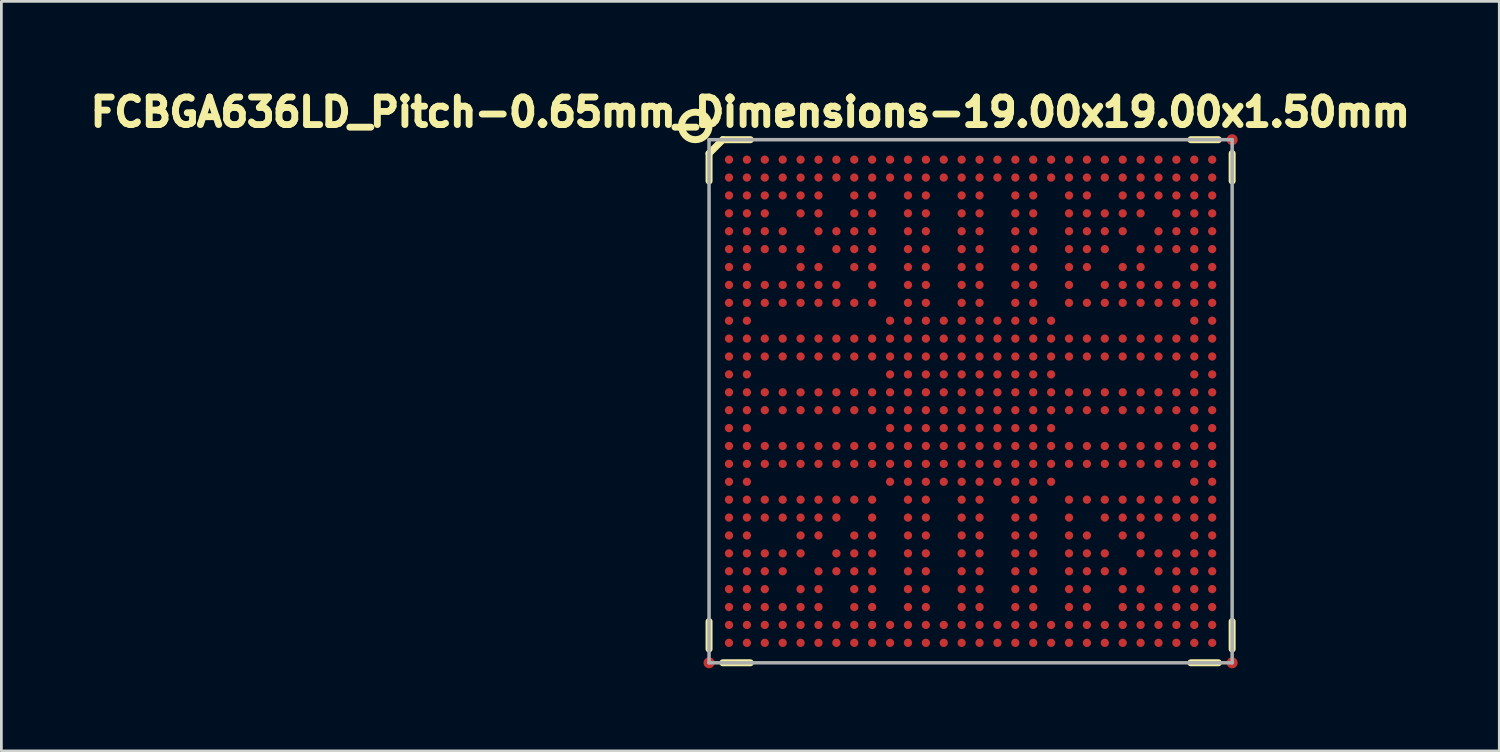
<source format=kicad_pcb>
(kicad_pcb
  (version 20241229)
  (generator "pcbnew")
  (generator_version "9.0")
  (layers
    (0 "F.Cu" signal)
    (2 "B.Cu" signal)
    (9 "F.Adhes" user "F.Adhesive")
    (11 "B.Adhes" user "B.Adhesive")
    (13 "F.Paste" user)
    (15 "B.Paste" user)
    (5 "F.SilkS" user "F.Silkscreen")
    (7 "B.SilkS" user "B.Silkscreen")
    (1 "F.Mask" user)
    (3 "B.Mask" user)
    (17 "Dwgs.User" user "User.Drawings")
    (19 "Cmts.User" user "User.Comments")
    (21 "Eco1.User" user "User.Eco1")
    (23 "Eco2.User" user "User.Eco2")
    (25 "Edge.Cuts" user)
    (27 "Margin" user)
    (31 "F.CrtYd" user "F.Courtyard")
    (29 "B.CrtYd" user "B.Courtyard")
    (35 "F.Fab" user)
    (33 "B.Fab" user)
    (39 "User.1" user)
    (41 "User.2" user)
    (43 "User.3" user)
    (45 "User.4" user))
  (footprint "FCBGA636LD_Pitch-0.65mm_Dimensions-19.00x19.00x1.50mm"
    (layer "F.Cu")
    (at 32.204 11.524)
    (property "Reference" "FCBGA636LD_Pitch-0.65mm_Dimensions-19.00x19.00x1.50mm" (at -8 -10.5 0) (layer "F.SilkS") (effects (font (size 1 1) (thickness 0.25))))
    (attr smd)
    (fp_line (start -9.5 -9) (end -9 -9.5) (stroke (width 0.254) (type solid)) (layer "F.SilkS"))
    (fp_line (start -9.5 -8) (end -9.5 -9) (stroke (width 0.254) (type solid)) (layer "F.SilkS"))
    (fp_line (start -9.5 9) (end -9.5 8) (stroke (width 0.254) (type solid)) (layer "F.SilkS"))
    (fp_line (start -9 -9.5) (end -8 -9.5) (stroke (width 0.254) (type solid)) (layer "F.SilkS"))
    (fp_line (start -9 9.5) (end -8 9.5) (stroke (width 0.254) (type solid)) (layer "F.SilkS"))
    (fp_line (start 9 -9.5) (end 8 -9.5) (stroke (width 0.254) (type solid)) (layer "F.SilkS"))
    (fp_line (start 9 9.5) (end 8 9.5) (stroke (width 0.254) (type solid)) (layer "F.SilkS"))
    (fp_line (start 9.5 -9) (end 9.5 -8) (stroke (width 0.254) (type solid)) (layer "F.SilkS"))
    (fp_line (start 9.5 9) (end 9.5 8) (stroke (width 0.254) (type solid)) (layer "F.SilkS"))
    (fp_circle (center -10 -10) (end -10 -9.5) (stroke (width 0.254) (type solid)) (fill no) (layer "F.SilkS"))
    (fp_line (start -9.5 -9.5) (end 9.5 -9.5) (stroke (width 0.127) (type solid)) (layer "F.Fab"))
    (fp_line (start -9.5 9.5) (end -9.5 -9.5) (stroke (width 0.127) (type solid)) (layer "F.Fab"))
    (fp_line (start 9.5 -9.5) (end 9.5 9.5) (stroke (width 0.127) (type solid)) (layer "F.Fab"))
    (fp_line (start 9.5 9.5) (end -9.5 9.5) (stroke (width 0.127) (type solid)) (layer "F.Fab"))
    (pad "A1" smd circle (at -8.775 -8.775) (size 0.3 0.3) (layers "F.Cu" "F.Mask" "F.Paste"))
    (pad "A2" smd circle (at -8.125 -8.775) (size 0.3 0.3) (layers "F.Cu" "F.Mask" "F.Paste"))
    (pad "A3" smd circle (at -7.475 -8.775) (size 0.3 0.3) (layers "F.Cu" "F.Mask" "F.Paste"))
    (pad "A4" smd circle (at -6.825 -8.775) (size 0.3 0.3) (layers "F.Cu" "F.Mask" "F.Paste"))
    (pad "A5" smd circle (at -6.175 -8.775) (size 0.3 0.3) (layers "F.Cu" "F.Mask" "F.Paste"))
    (pad "A6" smd circle (at -5.525 -8.775) (size 0.3 0.3) (layers "F.Cu" "F.Mask" "F.Paste"))
    (pad "A7" smd circle (at -4.875 -8.775) (size 0.3 0.3) (layers "F.Cu" "F.Mask" "F.Paste"))
    (pad "A8" smd circle (at -4.225 -8.775) (size 0.3 0.3) (layers "F.Cu" "F.Mask" "F.Paste"))
    (pad "A9" smd circle (at -3.575 -8.775) (size 0.3 0.3) (layers "F.Cu" "F.Mask" "F.Paste"))
    (pad "A10" smd circle (at -2.925 -8.775) (size 0.3 0.3) (layers "F.Cu" "F.Mask" "F.Paste"))
    (pad "A11" smd circle (at -2.275 -8.775) (size 0.3 0.3) (layers "F.Cu" "F.Mask" "F.Paste"))
    (pad "A12" smd circle (at -1.625 -8.775) (size 0.3 0.3) (layers "F.Cu" "F.Mask" "F.Paste"))
    (pad "A13" smd circle (at -0.975 -8.775) (size 0.3 0.3) (layers "F.Cu" "F.Mask" "F.Paste"))
    (pad "A14" smd circle (at -0.325 -8.775) (size 0.3 0.3) (layers "F.Cu" "F.Mask" "F.Paste"))
    (pad "A15" smd circle (at 0.325 -8.775) (size 0.3 0.3) (layers "F.Cu" "F.Mask" "F.Paste"))
    (pad "A16" smd circle (at 0.975 -8.775) (size 0.3 0.3) (layers "F.Cu" "F.Mask" "F.Paste"))
    (pad "A17" smd circle (at 1.625 -8.775) (size 0.3 0.3) (layers "F.Cu" "F.Mask" "F.Paste"))
    (pad "A18" smd circle (at 2.275 -8.775) (size 0.3 0.3) (layers "F.Cu" "F.Mask" "F.Paste"))
    (pad "A19" smd circle (at 2.925 -8.775) (size 0.3 0.3) (layers "F.Cu" "F.Mask" "F.Paste"))
    (pad "A20" smd circle (at 3.575 -8.775) (size 0.3 0.3) (layers "F.Cu" "F.Mask" "F.Paste"))
    (pad "A21" smd circle (at 4.225 -8.775) (size 0.3 0.3) (layers "F.Cu" "F.Mask" "F.Paste"))
    (pad "A22" smd circle (at 4.875 -8.775) (size 0.3 0.3) (layers "F.Cu" "F.Mask" "F.Paste"))
    (pad "A23" smd circle (at 5.525 -8.775) (size 0.3 0.3) (layers "F.Cu" "F.Mask" "F.Paste"))
    (pad "A24" smd circle (at 6.175 -8.775) (size 0.3 0.3) (layers "F.Cu" "F.Mask" "F.Paste"))
    (pad "A25" smd circle (at 6.825 -8.775) (size 0.3 0.3) (layers "F.Cu" "F.Mask" "F.Paste"))
    (pad "A26" smd circle (at 7.475 -8.775) (size 0.3 0.3) (layers "F.Cu" "F.Mask" "F.Paste"))
    (pad "A27" smd circle (at 8.125 -8.775) (size 0.3 0.3) (layers "F.Cu" "F.Mask" "F.Paste"))
    (pad "A28" smd circle (at 8.775 -8.775) (size 0.3 0.3) (layers "F.Cu" "F.Mask" "F.Paste"))
    (pad "AA1" smd circle (at -8.775 4.225) (size 0.3 0.3) (layers "F.Cu" "F.Mask" "F.Paste"))
    (pad "AA2" smd circle (at -8.125 4.225) (size 0.3 0.3) (layers "F.Cu" "F.Mask" "F.Paste"))
    (pad "AA3" smd circle (at -7.475 4.225) (size 0.3 0.3) (layers "F.Cu" "F.Mask" "F.Paste"))
    (pad "AA4" smd circle (at -6.825 4.225) (size 0.3 0.3) (layers "F.Cu" "F.Mask" "F.Paste"))
    (pad "AA5" smd circle (at -6.175 4.225) (size 0.3 0.3) (layers "F.Cu" "F.Mask" "F.Paste"))
    (pad "AA6" smd circle (at -5.525 4.225) (size 0.3 0.3) (layers "F.Cu" "F.Mask" "F.Paste"))
    (pad "AA7" smd circle (at -4.875 4.225) (size 0.3 0.3) (layers "F.Cu" "F.Mask" "F.Paste"))
    (pad "AA9" smd circle (at -3.575 4.225) (size 0.3 0.3) (layers "F.Cu" "F.Mask" "F.Paste"))
    (pad "AA11" smd circle (at -2.275 4.225) (size 0.3 0.3) (layers "F.Cu" "F.Mask" "F.Paste"))
    (pad "AA12" smd circle (at -1.625 4.225) (size 0.3 0.3) (layers "F.Cu" "F.Mask" "F.Paste"))
    (pad "AA14" smd circle (at -0.325 4.225) (size 0.3 0.3) (layers "F.Cu" "F.Mask" "F.Paste"))
    (pad "AA15" smd circle (at 0.325 4.225) (size 0.3 0.3) (layers "F.Cu" "F.Mask" "F.Paste"))
    (pad "AA17" smd circle (at 1.625 4.225) (size 0.3 0.3) (layers "F.Cu" "F.Mask" "F.Paste"))
    (pad "AA18" smd circle (at 2.275 4.225) (size 0.3 0.3) (layers "F.Cu" "F.Mask" "F.Paste"))
    (pad "AA20" smd circle (at 3.575 4.225) (size 0.3 0.3) (layers "F.Cu" "F.Mask" "F.Paste"))
    (pad "AA22" smd circle (at 4.875 4.225) (size 0.3 0.3) (layers "F.Cu" "F.Mask" "F.Paste"))
    (pad "AA23" smd circle (at 5.525 4.225) (size 0.3 0.3) (layers "F.Cu" "F.Mask" "F.Paste"))
    (pad "AA24" smd circle (at 6.175 4.225) (size 0.3 0.3) (layers "F.Cu" "F.Mask" "F.Paste"))
    (pad "AA25" smd circle (at 6.825 4.225) (size 0.3 0.3) (layers "F.Cu" "F.Mask" "F.Paste"))
    (pad "AA26" smd circle (at 7.475 4.225) (size 0.3 0.3) (layers "F.Cu" "F.Mask" "F.Paste"))
    (pad "AA27" smd circle (at 8.125 4.225) (size 0.3 0.3) (layers "F.Cu" "F.Mask" "F.Paste"))
    (pad "AA28" smd circle (at 8.775 4.225) (size 0.3 0.3) (layers "F.Cu" "F.Mask" "F.Paste"))
    (pad "AB1" smd circle (at -8.775 4.875) (size 0.3 0.3) (layers "F.Cu" "F.Mask" "F.Paste"))
    (pad "AB2" smd circle (at -8.125 4.875) (size 0.3 0.3) (layers "F.Cu" "F.Mask" "F.Paste"))
    (pad "AB5" smd circle (at -6.175 4.875) (size 0.3 0.3) (layers "F.Cu" "F.Mask" "F.Paste"))
    (pad "AB6" smd circle (at -5.525 4.875) (size 0.3 0.3) (layers "F.Cu" "F.Mask" "F.Paste"))
    (pad "AB8" smd circle (at -4.225 4.875) (size 0.3 0.3) (layers "F.Cu" "F.Mask" "F.Paste"))
    (pad "AB9" smd circle (at -3.575 4.875) (size 0.3 0.3) (layers "F.Cu" "F.Mask" "F.Paste"))
    (pad "AB11" smd circle (at -2.275 4.875) (size 0.3 0.3) (layers "F.Cu" "F.Mask" "F.Paste"))
    (pad "AB12" smd circle (at -1.625 4.875) (size 0.3 0.3) (layers "F.Cu" "F.Mask" "F.Paste"))
    (pad "AB14" smd circle (at -0.325 4.875) (size 0.3 0.3) (layers "F.Cu" "F.Mask" "F.Paste"))
    (pad "AB15" smd circle (at 0.325 4.875) (size 0.3 0.3) (layers "F.Cu" "F.Mask" "F.Paste"))
    (pad "AB17" smd circle (at 1.625 4.875) (size 0.3 0.3) (layers "F.Cu" "F.Mask" "F.Paste"))
    (pad "AB18" smd circle (at 2.275 4.875) (size 0.3 0.3) (layers "F.Cu" "F.Mask" "F.Paste"))
    (pad "AB20" smd circle (at 3.575 4.875) (size 0.3 0.3) (layers "F.Cu" "F.Mask" "F.Paste"))
    (pad "AB21" smd circle (at 4.225 4.875) (size 0.3 0.3) (layers "F.Cu" "F.Mask" "F.Paste"))
    (pad "AB23" smd circle (at 5.525 4.875) (size 0.3 0.3) (layers "F.Cu" "F.Mask" "F.Paste"))
    (pad "AB24" smd circle (at 6.175 4.875) (size 0.3 0.3) (layers "F.Cu" "F.Mask" "F.Paste"))
    (pad "AB27" smd circle (at 8.125 4.875) (size 0.3 0.3) (layers "F.Cu" "F.Mask" "F.Paste"))
    (pad "AB28" smd circle (at 8.775 4.875) (size 0.3 0.3) (layers "F.Cu" "F.Mask" "F.Paste"))
    (pad "AC1" smd circle (at -8.775 5.525) (size 0.3 0.3) (layers "F.Cu" "F.Mask" "F.Paste"))
    (pad "AC2" smd circle (at -8.125 5.525) (size 0.3 0.3) (layers "F.Cu" "F.Mask" "F.Paste"))
    (pad "AC3" smd circle (at -7.475 5.525) (size 0.3 0.3) (layers "F.Cu" "F.Mask" "F.Paste"))
    (pad "AC4" smd circle (at -6.825 5.525) (size 0.3 0.3) (layers "F.Cu" "F.Mask" "F.Paste"))
    (pad "AC5" smd circle (at -6.175 5.525) (size 0.3 0.3) (layers "F.Cu" "F.Mask" "F.Paste"))
    (pad "AC7" smd circle (at -4.875 5.525) (size 0.3 0.3) (layers "F.Cu" "F.Mask" "F.Paste"))
    (pad "AC8" smd circle (at -4.225 5.525) (size 0.3 0.3) (layers "F.Cu" "F.Mask" "F.Paste"))
    (pad "AC9" smd circle (at -3.575 5.525) (size 0.3 0.3) (layers "F.Cu" "F.Mask" "F.Paste"))
    (pad "AC11" smd circle (at -2.275 5.525) (size 0.3 0.3) (layers "F.Cu" "F.Mask" "F.Paste"))
    (pad "AC12" smd circle (at -1.625 5.525) (size 0.3 0.3) (layers "F.Cu" "F.Mask" "F.Paste"))
    (pad "AC14" smd circle (at -0.325 5.525) (size 0.3 0.3) (layers "F.Cu" "F.Mask" "F.Paste"))
    (pad "AC15" smd circle (at 0.325 5.525) (size 0.3 0.3) (layers "F.Cu" "F.Mask" "F.Paste"))
    (pad "AC17" smd circle (at 1.625 5.525) (size 0.3 0.3) (layers "F.Cu" "F.Mask" "F.Paste"))
    (pad "AC18" smd circle (at 2.275 5.525) (size 0.3 0.3) (layers "F.Cu" "F.Mask" "F.Paste"))
    (pad "AC20" smd circle (at 3.575 5.525) (size 0.3 0.3) (layers "F.Cu" "F.Mask" "F.Paste"))
    (pad "AC21" smd circle (at 4.225 5.525) (size 0.3 0.3) (layers "F.Cu" "F.Mask" "F.Paste"))
    (pad "AC22" smd circle (at 4.875 5.525) (size 0.3 0.3) (layers "F.Cu" "F.Mask" "F.Paste"))
    (pad "AC24" smd circle (at 6.175 5.525) (size 0.3 0.3) (layers "F.Cu" "F.Mask" "F.Paste"))
    (pad "AC25" smd circle (at 6.825 5.525) (size 0.3 0.3) (layers "F.Cu" "F.Mask" "F.Paste"))
    (pad "AC26" smd circle (at 7.475 5.525) (size 0.3 0.3) (layers "F.Cu" "F.Mask" "F.Paste"))
    (pad "AC27" smd circle (at 8.125 5.525) (size 0.3 0.3) (layers "F.Cu" "F.Mask" "F.Paste"))
    (pad "AC28" smd circle (at 8.775 5.525) (size 0.3 0.3) (layers "F.Cu" "F.Mask" "F.Paste"))
    (pad "AD1" smd circle (at -8.775 6.175) (size 0.3 0.3) (layers "F.Cu" "F.Mask" "F.Paste"))
    (pad "AD2" smd circle (at -8.125 6.175) (size 0.3 0.3) (layers "F.Cu" "F.Mask" "F.Paste"))
    (pad "AD3" smd circle (at -7.475 6.175) (size 0.3 0.3) (layers "F.Cu" "F.Mask" "F.Paste"))
    (pad "AD4" smd circle (at -6.825 6.175) (size 0.3 0.3) (layers "F.Cu" "F.Mask" "F.Paste"))
    (pad "AD6" smd circle (at -5.525 6.175) (size 0.3 0.3) (layers "F.Cu" "F.Mask" "F.Paste"))
    (pad "AD7" smd circle (at -4.875 6.175) (size 0.3 0.3) (layers "F.Cu" "F.Mask" "F.Paste"))
    (pad "AD8" smd circle (at -4.225 6.175) (size 0.3 0.3) (layers "F.Cu" "F.Mask" "F.Paste"))
    (pad "AD9" smd circle (at -3.575 6.175) (size 0.3 0.3) (layers "F.Cu" "F.Mask" "F.Paste"))
    (pad "AD11" smd circle (at -2.275 6.175) (size 0.3 0.3) (layers "F.Cu" "F.Mask" "F.Paste"))
    (pad "AD12" smd circle (at -1.625 6.175) (size 0.3 0.3) (layers "F.Cu" "F.Mask" "F.Paste"))
    (pad "AD14" smd circle (at -0.325 6.175) (size 0.3 0.3) (layers "F.Cu" "F.Mask" "F.Paste"))
    (pad "AD15" smd circle (at 0.325 6.175) (size 0.3 0.3) (layers "F.Cu" "F.Mask" "F.Paste"))
    (pad "AD17" smd circle (at 1.625 6.175) (size 0.3 0.3) (layers "F.Cu" "F.Mask" "F.Paste"))
    (pad "AD18" smd circle (at 2.275 6.175) (size 0.3 0.3) (layers "F.Cu" "F.Mask" "F.Paste"))
    (pad "AD20" smd circle (at 3.575 6.175) (size 0.3 0.3) (layers "F.Cu" "F.Mask" "F.Paste"))
    (pad "AD21" smd circle (at 4.225 6.175) (size 0.3 0.3) (layers "F.Cu" "F.Mask" "F.Paste"))
    (pad "AD22" smd circle (at 4.875 6.175) (size 0.3 0.3) (layers "F.Cu" "F.Mask" "F.Paste"))
    (pad "AD23" smd circle (at 5.525 6.175) (size 0.3 0.3) (layers "F.Cu" "F.Mask" "F.Paste"))
    (pad "AD25" smd circle (at 6.825 6.175) (size 0.3 0.3) (layers "F.Cu" "F.Mask" "F.Paste"))
    (pad "AD26" smd circle (at 7.475 6.175) (size 0.3 0.3) (layers "F.Cu" "F.Mask" "F.Paste"))
    (pad "AD27" smd circle (at 8.125 6.175) (size 0.3 0.3) (layers "F.Cu" "F.Mask" "F.Paste"))
    (pad "AD28" smd circle (at 8.775 6.175) (size 0.3 0.3) (layers "F.Cu" "F.Mask" "F.Paste"))
    (pad "AE1" smd circle (at -8.775 6.825) (size 0.3 0.3) (layers "F.Cu" "F.Mask" "F.Paste"))
    (pad "AE2" smd circle (at -8.125 6.825) (size 0.3 0.3) (layers "F.Cu" "F.Mask" "F.Paste"))
    (pad "AE3" smd circle (at -7.475 6.825) (size 0.3 0.3) (layers "F.Cu" "F.Mask" "F.Paste"))
    (pad "AE5" smd circle (at -6.175 6.825) (size 0.3 0.3) (layers "F.Cu" "F.Mask" "F.Paste"))
    (pad "AE6" smd circle (at -5.525 6.825) (size 0.3 0.3) (layers "F.Cu" "F.Mask" "F.Paste"))
    (pad "AE8" smd circle (at -4.225 6.825) (size 0.3 0.3) (layers "F.Cu" "F.Mask" "F.Paste"))
    (pad "AE9" smd circle (at -3.575 6.825) (size 0.3 0.3) (layers "F.Cu" "F.Mask" "F.Paste"))
    (pad "AE11" smd circle (at -2.275 6.825) (size 0.3 0.3) (layers "F.Cu" "F.Mask" "F.Paste"))
    (pad "AE12" smd circle (at -1.625 6.825) (size 0.3 0.3) (layers "F.Cu" "F.Mask" "F.Paste"))
    (pad "AE14" smd circle (at -0.325 6.825) (size 0.3 0.3) (layers "F.Cu" "F.Mask" "F.Paste"))
    (pad "AE15" smd circle (at 0.325 6.825) (size 0.3 0.3) (layers "F.Cu" "F.Mask" "F.Paste"))
    (pad "AE17" smd circle (at 1.625 6.825) (size 0.3 0.3) (layers "F.Cu" "F.Mask" "F.Paste"))
    (pad "AE18" smd circle (at 2.275 6.825) (size 0.3 0.3) (layers "F.Cu" "F.Mask" "F.Paste"))
    (pad "AE20" smd circle (at 3.575 6.825) (size 0.3 0.3) (layers "F.Cu" "F.Mask" "F.Paste"))
    (pad "AE21" smd circle (at 4.225 6.825) (size 0.3 0.3) (layers "F.Cu" "F.Mask" "F.Paste"))
    (pad "AE23" smd circle (at 5.525 6.825) (size 0.3 0.3) (layers "F.Cu" "F.Mask" "F.Paste"))
    (pad "AE24" smd circle (at 6.175 6.825) (size 0.3 0.3) (layers "F.Cu" "F.Mask" "F.Paste"))
    (pad "AE26" smd circle (at 7.475 6.825) (size 0.3 0.3) (layers "F.Cu" "F.Mask" "F.Paste"))
    (pad "AE27" smd circle (at 8.125 6.825) (size 0.3 0.3) (layers "F.Cu" "F.Mask" "F.Paste"))
    (pad "AE28" smd circle (at 8.775 6.825) (size 0.3 0.3) (layers "F.Cu" "F.Mask" "F.Paste"))
    (pad "AF1" smd circle (at -8.775 7.475) (size 0.3 0.3) (layers "F.Cu" "F.Mask" "F.Paste"))
    (pad "AF2" smd circle (at -8.125 7.475) (size 0.3 0.3) (layers "F.Cu" "F.Mask" "F.Paste"))
    (pad "AF3" smd circle (at -7.475 7.475) (size 0.3 0.3) (layers "F.Cu" "F.Mask" "F.Paste"))
    (pad "AF4" smd circle (at -6.825 7.475) (size 0.3 0.3) (layers "F.Cu" "F.Mask" "F.Paste"))
    (pad "AF5" smd circle (at -6.175 7.475) (size 0.3 0.3) (layers "F.Cu" "F.Mask" "F.Paste"))
    (pad "AF6" smd circle (at -5.525 7.475) (size 0.3 0.3) (layers "F.Cu" "F.Mask" "F.Paste"))
    (pad "AF8" smd circle (at -4.225 7.475) (size 0.3 0.3) (layers "F.Cu" "F.Mask" "F.Paste"))
    (pad "AF9" smd circle (at -3.575 7.475) (size 0.3 0.3) (layers "F.Cu" "F.Mask" "F.Paste"))
    (pad "AF11" smd circle (at -2.275 7.475) (size 0.3 0.3) (layers "F.Cu" "F.Mask" "F.Paste"))
    (pad "AF12" smd circle (at -1.625 7.475) (size 0.3 0.3) (layers "F.Cu" "F.Mask" "F.Paste"))
    (pad "AF14" smd circle (at -0.325 7.475) (size 0.3 0.3) (layers "F.Cu" "F.Mask" "F.Paste"))
    (pad "AF15" smd circle (at 0.325 7.475) (size 0.3 0.3) (layers "F.Cu" "F.Mask" "F.Paste"))
    (pad "AF17" smd circle (at 1.625 7.475) (size 0.3 0.3) (layers "F.Cu" "F.Mask" "F.Paste"))
    (pad "AF18" smd circle (at 2.275 7.475) (size 0.3 0.3) (layers "F.Cu" "F.Mask" "F.Paste"))
    (pad "AF20" smd circle (at 3.575 7.475) (size 0.3 0.3) (layers "F.Cu" "F.Mask" "F.Paste"))
    (pad "AF21" smd circle (at 4.225 7.475) (size 0.3 0.3) (layers "F.Cu" "F.Mask" "F.Paste"))
    (pad "AF23" smd circle (at 5.525 7.475) (size 0.3 0.3) (layers "F.Cu" "F.Mask" "F.Paste"))
    (pad "AF24" smd circle (at 6.175 7.475) (size 0.3 0.3) (layers "F.Cu" "F.Mask" "F.Paste"))
    (pad "AF25" smd circle (at 6.825 7.475) (size 0.3 0.3) (layers "F.Cu" "F.Mask" "F.Paste"))
    (pad "AF26" smd circle (at 7.475 7.475) (size 0.3 0.3) (layers "F.Cu" "F.Mask" "F.Paste"))
    (pad "AF27" smd circle (at 8.125 7.475) (size 0.3 0.3) (layers "F.Cu" "F.Mask" "F.Paste"))
    (pad "AF28" smd circle (at 8.775 7.475) (size 0.3 0.3) (layers "F.Cu" "F.Mask" "F.Paste"))
    (pad "AG1" smd circle (at -8.775 8.125) (size 0.3 0.3) (layers "F.Cu" "F.Mask" "F.Paste"))
    (pad "AG2" smd circle (at -8.125 8.125) (size 0.3 0.3) (layers "F.Cu" "F.Mask" "F.Paste"))
    (pad "AG3" smd circle (at -7.475 8.125) (size 0.3 0.3) (layers "F.Cu" "F.Mask" "F.Paste"))
    (pad "AG4" smd circle (at -6.825 8.125) (size 0.3 0.3) (layers "F.Cu" "F.Mask" "F.Paste"))
    (pad "AG5" smd circle (at -6.175 8.125) (size 0.3 0.3) (layers "F.Cu" "F.Mask" "F.Paste"))
    (pad "AG6" smd circle (at -5.525 8.125) (size 0.3 0.3) (layers "F.Cu" "F.Mask" "F.Paste"))
    (pad "AG7" smd circle (at -4.875 8.125) (size 0.3 0.3) (layers "F.Cu" "F.Mask" "F.Paste"))
    (pad "AG8" smd circle (at -4.225 8.125) (size 0.3 0.3) (layers "F.Cu" "F.Mask" "F.Paste"))
    (pad "AG9" smd circle (at -3.575 8.125) (size 0.3 0.3) (layers "F.Cu" "F.Mask" "F.Paste"))
    (pad "AG10" smd circle (at -2.925 8.125) (size 0.3 0.3) (layers "F.Cu" "F.Mask" "F.Paste"))
    (pad "AG11" smd circle (at -2.275 8.125) (size 0.3 0.3) (layers "F.Cu" "F.Mask" "F.Paste"))
    (pad "AG12" smd circle (at -1.625 8.125) (size 0.3 0.3) (layers "F.Cu" "F.Mask" "F.Paste"))
    (pad "AG13" smd circle (at -0.975 8.125) (size 0.3 0.3) (layers "F.Cu" "F.Mask" "F.Paste"))
    (pad "AG14" smd circle (at -0.325 8.125) (size 0.3 0.3) (layers "F.Cu" "F.Mask" "F.Paste"))
    (pad "AG15" smd circle (at 0.325 8.125) (size 0.3 0.3) (layers "F.Cu" "F.Mask" "F.Paste"))
    (pad "AG16" smd circle (at 0.975 8.125) (size 0.3 0.3) (layers "F.Cu" "F.Mask" "F.Paste"))
    (pad "AG17" smd circle (at 1.625 8.125) (size 0.3 0.3) (layers "F.Cu" "F.Mask" "F.Paste"))
    (pad "AG18" smd circle (at 2.275 8.125) (size 0.3 0.3) (layers "F.Cu" "F.Mask" "F.Paste"))
    (pad "AG19" smd circle (at 2.925 8.125) (size 0.3 0.3) (layers "F.Cu" "F.Mask" "F.Paste"))
    (pad "AG20" smd circle (at 3.575 8.125) (size 0.3 0.3) (layers "F.Cu" "F.Mask" "F.Paste"))
    (pad "AG21" smd circle (at 4.225 8.125) (size 0.3 0.3) (layers "F.Cu" "F.Mask" "F.Paste"))
    (pad "AG22" smd circle (at 4.875 8.125) (size 0.3 0.3) (layers "F.Cu" "F.Mask" "F.Paste"))
    (pad "AG23" smd circle (at 5.525 8.125) (size 0.3 0.3) (layers "F.Cu" "F.Mask" "F.Paste"))
    (pad "AG24" smd circle (at 6.175 8.125) (size 0.3 0.3) (layers "F.Cu" "F.Mask" "F.Paste"))
    (pad "AG25" smd circle (at 6.825 8.125) (size 0.3 0.3) (layers "F.Cu" "F.Mask" "F.Paste"))
    (pad "AG26" smd circle (at 7.475 8.125) (size 0.3 0.3) (layers "F.Cu" "F.Mask" "F.Paste"))
    (pad "AG27" smd circle (at 8.125 8.125) (size 0.3 0.3) (layers "F.Cu" "F.Mask" "F.Paste"))
    (pad "AG28" smd circle (at 8.775 8.125) (size 0.3 0.3) (layers "F.Cu" "F.Mask" "F.Paste"))
    (pad "AH1" smd circle (at -8.775 8.775) (size 0.3 0.3) (layers "F.Cu" "F.Mask" "F.Paste"))
    (pad "AH2" smd circle (at -8.125 8.775) (size 0.3 0.3) (layers "F.Cu" "F.Mask" "F.Paste"))
    (pad "AH3" smd circle (at -7.475 8.775) (size 0.3 0.3) (layers "F.Cu" "F.Mask" "F.Paste"))
    (pad "AH4" smd circle (at -6.825 8.775) (size 0.3 0.3) (layers "F.Cu" "F.Mask" "F.Paste"))
    (pad "AH5" smd circle (at -6.175 8.775) (size 0.3 0.3) (layers "F.Cu" "F.Mask" "F.Paste"))
    (pad "AH6" smd circle (at -5.525 8.775) (size 0.3 0.3) (layers "F.Cu" "F.Mask" "F.Paste"))
    (pad "AH7" smd circle (at -4.875 8.775) (size 0.3 0.3) (layers "F.Cu" "F.Mask" "F.Paste"))
    (pad "AH8" smd circle (at -4.225 8.775) (size 0.3 0.3) (layers "F.Cu" "F.Mask" "F.Paste"))
    (pad "AH9" smd circle (at -3.575 8.775) (size 0.3 0.3) (layers "F.Cu" "F.Mask" "F.Paste"))
    (pad "AH10" smd circle (at -2.925 8.775) (size 0.3 0.3) (layers "F.Cu" "F.Mask" "F.Paste"))
    (pad "AH11" smd circle (at -2.275 8.775) (size 0.3 0.3) (layers "F.Cu" "F.Mask" "F.Paste"))
    (pad "AH12" smd circle (at -1.625 8.775) (size 0.3 0.3) (layers "F.Cu" "F.Mask" "F.Paste"))
    (pad "AH13" smd circle (at -0.975 8.775) (size 0.3 0.3) (layers "F.Cu" "F.Mask" "F.Paste"))
    (pad "AH14" smd circle (at -0.325 8.775) (size 0.3 0.3) (layers "F.Cu" "F.Mask" "F.Paste"))
    (pad "AH15" smd circle (at 0.325 8.775) (size 0.3 0.3) (layers "F.Cu" "F.Mask" "F.Paste"))
    (pad "AH16" smd circle (at 0.975 8.775) (size 0.3 0.3) (layers "F.Cu" "F.Mask" "F.Paste"))
    (pad "AH17" smd circle (at 1.625 8.775) (size 0.3 0.3) (layers "F.Cu" "F.Mask" "F.Paste"))
    (pad "AH18" smd circle (at 2.275 8.775) (size 0.3 0.3) (layers "F.Cu" "F.Mask" "F.Paste"))
    (pad "AH19" smd circle (at 2.925 8.775) (size 0.3 0.3) (layers "F.Cu" "F.Mask" "F.Paste"))
    (pad "AH20" smd circle (at 3.575 8.775) (size 0.3 0.3) (layers "F.Cu" "F.Mask" "F.Paste"))
    (pad "AH21" smd circle (at 4.225 8.775) (size 0.3 0.3) (layers "F.Cu" "F.Mask" "F.Paste"))
    (pad "AH22" smd circle (at 4.875 8.775) (size 0.3 0.3) (layers "F.Cu" "F.Mask" "F.Paste"))
    (pad "AH23" smd circle (at 5.525 8.775) (size 0.3 0.3) (layers "F.Cu" "F.Mask" "F.Paste"))
    (pad "AH24" smd circle (at 6.175 8.775) (size 0.3 0.3) (layers "F.Cu" "F.Mask" "F.Paste"))
    (pad "AH25" smd circle (at 6.825 8.775) (size 0.3 0.3) (layers "F.Cu" "F.Mask" "F.Paste"))
    (pad "AH26" smd circle (at 7.475 8.775) (size 0.3 0.3) (layers "F.Cu" "F.Mask" "F.Paste"))
    (pad "AH27" smd circle (at 8.125 8.775) (size 0.3 0.3) (layers "F.Cu" "F.Mask" "F.Paste"))
    (pad "AH28" smd circle (at 8.775 8.775) (size 0.3 0.3) (layers "F.Cu" "F.Mask" "F.Paste"))
    (pad "B1" smd circle (at -8.775 -8.125) (size 0.3 0.3) (layers "F.Cu" "F.Mask" "F.Paste"))
    (pad "B2" smd circle (at -8.125 -8.125) (size 0.3 0.3) (layers "F.Cu" "F.Mask" "F.Paste"))
    (pad "B3" smd circle (at -7.475 -8.125) (size 0.3 0.3) (layers "F.Cu" "F.Mask" "F.Paste"))
    (pad "B4" smd circle (at -6.825 -8.125) (size 0.3 0.3) (layers "F.Cu" "F.Mask" "F.Paste"))
    (pad "B5" smd circle (at -6.175 -8.125) (size 0.3 0.3) (layers "F.Cu" "F.Mask" "F.Paste"))
    (pad "B6" smd circle (at -5.525 -8.125) (size 0.3 0.3) (layers "F.Cu" "F.Mask" "F.Paste"))
    (pad "B7" smd circle (at -4.875 -8.125) (size 0.3 0.3) (layers "F.Cu" "F.Mask" "F.Paste"))
    (pad "B8" smd circle (at -4.225 -8.125) (size 0.3 0.3) (layers "F.Cu" "F.Mask" "F.Paste"))
    (pad "B9" smd circle (at -3.575 -8.125) (size 0.3 0.3) (layers "F.Cu" "F.Mask" "F.Paste"))
    (pad "B10" smd circle (at -2.925 -8.125) (size 0.3 0.3) (layers "F.Cu" "F.Mask" "F.Paste"))
    (pad "B11" smd circle (at -2.275 -8.125) (size 0.3 0.3) (layers "F.Cu" "F.Mask" "F.Paste"))
    (pad "B12" smd circle (at -1.625 -8.125) (size 0.3 0.3) (layers "F.Cu" "F.Mask" "F.Paste"))
    (pad "B13" smd circle (at -0.975 -8.125) (size 0.3 0.3) (layers "F.Cu" "F.Mask" "F.Paste"))
    (pad "B14" smd circle (at -0.325 -8.125) (size 0.3 0.3) (layers "F.Cu" "F.Mask" "F.Paste"))
    (pad "B15" smd circle (at 0.325 -8.125) (size 0.3 0.3) (layers "F.Cu" "F.Mask" "F.Paste"))
    (pad "B16" smd circle (at 0.975 -8.125) (size 0.3 0.3) (layers "F.Cu" "F.Mask" "F.Paste"))
    (pad "B17" smd circle (at 1.625 -8.125) (size 0.3 0.3) (layers "F.Cu" "F.Mask" "F.Paste"))
    (pad "B18" smd circle (at 2.275 -8.125) (size 0.3 0.3) (layers "F.Cu" "F.Mask" "F.Paste"))
    (pad "B19" smd circle (at 2.925 -8.125) (size 0.3 0.3) (layers "F.Cu" "F.Mask" "F.Paste"))
    (pad "B20" smd circle (at 3.575 -8.125) (size 0.3 0.3) (layers "F.Cu" "F.Mask" "F.Paste"))
    (pad "B21" smd circle (at 4.225 -8.125) (size 0.3 0.3) (layers "F.Cu" "F.Mask" "F.Paste"))
    (pad "B22" smd circle (at 4.875 -8.125) (size 0.3 0.3) (layers "F.Cu" "F.Mask" "F.Paste"))
    (pad "B23" smd circle (at 5.525 -8.125) (size 0.3 0.3) (layers "F.Cu" "F.Mask" "F.Paste"))
    (pad "B24" smd circle (at 6.175 -8.125) (size 0.3 0.3) (layers "F.Cu" "F.Mask" "F.Paste"))
    (pad "B25" smd circle (at 6.825 -8.125) (size 0.3 0.3) (layers "F.Cu" "F.Mask" "F.Paste"))
    (pad "B26" smd circle (at 7.475 -8.125) (size 0.3 0.3) (layers "F.Cu" "F.Mask" "F.Paste"))
    (pad "B27" smd circle (at 8.125 -8.125) (size 0.3 0.3) (layers "F.Cu" "F.Mask" "F.Paste"))
    (pad "B28" smd circle (at 8.775 -8.125) (size 0.3 0.3) (layers "F.Cu" "F.Mask" "F.Paste"))
    (pad "C1" smd circle (at -8.775 -7.475) (size 0.3 0.3) (layers "F.Cu" "F.Mask" "F.Paste"))
    (pad "C2" smd circle (at -8.125 -7.475) (size 0.3 0.3) (layers "F.Cu" "F.Mask" "F.Paste"))
    (pad "C3" smd circle (at -7.475 -7.475) (size 0.3 0.3) (layers "F.Cu" "F.Mask" "F.Paste"))
    (pad "C4" smd circle (at -6.825 -7.475) (size 0.3 0.3) (layers "F.Cu" "F.Mask" "F.Paste"))
    (pad "C5" smd circle (at -6.175 -7.475) (size 0.3 0.3) (layers "F.Cu" "F.Mask" "F.Paste"))
    (pad "C6" smd circle (at -5.525 -7.475) (size 0.3 0.3) (layers "F.Cu" "F.Mask" "F.Paste"))
    (pad "C8" smd circle (at -4.225 -7.475) (size 0.3 0.3) (layers "F.Cu" "F.Mask" "F.Paste"))
    (pad "C9" smd circle (at -3.575 -7.475) (size 0.3 0.3) (layers "F.Cu" "F.Mask" "F.Paste"))
    (pad "C11" smd circle (at -2.275 -7.475) (size 0.3 0.3) (layers "F.Cu" "F.Mask" "F.Paste"))
    (pad "C12" smd circle (at -1.625 -7.475) (size 0.3 0.3) (layers "F.Cu" "F.Mask" "F.Paste"))
    (pad "C14" smd circle (at -0.325 -7.475) (size 0.3 0.3) (layers "F.Cu" "F.Mask" "F.Paste"))
    (pad "C15" smd circle (at 0.325 -7.475) (size 0.3 0.3) (layers "F.Cu" "F.Mask" "F.Paste"))
    (pad "C17" smd circle (at 1.625 -7.475) (size 0.3 0.3) (layers "F.Cu" "F.Mask" "F.Paste"))
    (pad "C18" smd circle (at 2.275 -7.475) (size 0.3 0.3) (layers "F.Cu" "F.Mask" "F.Paste"))
    (pad "C20" smd circle (at 3.575 -7.475) (size 0.3 0.3) (layers "F.Cu" "F.Mask" "F.Paste"))
    (pad "C21" smd circle (at 4.225 -7.475) (size 0.3 0.3) (layers "F.Cu" "F.Mask" "F.Paste"))
    (pad "C23" smd circle (at 5.525 -7.475) (size 0.3 0.3) (layers "F.Cu" "F.Mask" "F.Paste"))
    (pad "C24" smd circle (at 6.175 -7.475) (size 0.3 0.3) (layers "F.Cu" "F.Mask" "F.Paste"))
    (pad "C25" smd circle (at 6.825 -7.475) (size 0.3 0.3) (layers "F.Cu" "F.Mask" "F.Paste"))
    (pad "C26" smd circle (at 7.475 -7.475) (size 0.3 0.3) (layers "F.Cu" "F.Mask" "F.Paste"))
    (pad "C27" smd circle (at 8.125 -7.475) (size 0.3 0.3) (layers "F.Cu" "F.Mask" "F.Paste"))
    (pad "C28" smd circle (at 8.775 -7.475) (size 0.3 0.3) (layers "F.Cu" "F.Mask" "F.Paste"))
    (pad "D1" smd circle (at -8.775 -6.825) (size 0.3 0.3) (layers "F.Cu" "F.Mask" "F.Paste"))
    (pad "D2" smd circle (at -8.125 -6.825) (size 0.3 0.3) (layers "F.Cu" "F.Mask" "F.Paste"))
    (pad "D3" smd circle (at -7.475 -6.825) (size 0.3 0.3) (layers "F.Cu" "F.Mask" "F.Paste"))
    (pad "D5" smd circle (at -6.175 -6.825) (size 0.3 0.3) (layers "F.Cu" "F.Mask" "F.Paste"))
    (pad "D6" smd circle (at -5.525 -6.825) (size 0.3 0.3) (layers "F.Cu" "F.Mask" "F.Paste"))
    (pad "D8" smd circle (at -4.225 -6.825) (size 0.3 0.3) (layers "F.Cu" "F.Mask" "F.Paste"))
    (pad "D9" smd circle (at -3.575 -6.825) (size 0.3 0.3) (layers "F.Cu" "F.Mask" "F.Paste"))
    (pad "D11" smd circle (at -2.275 -6.825) (size 0.3 0.3) (layers "F.Cu" "F.Mask" "F.Paste"))
    (pad "D12" smd circle (at -1.625 -6.825) (size 0.3 0.3) (layers "F.Cu" "F.Mask" "F.Paste"))
    (pad "D14" smd circle (at -0.325 -6.825) (size 0.3 0.3) (layers "F.Cu" "F.Mask" "F.Paste"))
    (pad "D15" smd circle (at 0.325 -6.825) (size 0.3 0.3) (layers "F.Cu" "F.Mask" "F.Paste"))
    (pad "D17" smd circle (at 1.625 -6.825) (size 0.3 0.3) (layers "F.Cu" "F.Mask" "F.Paste"))
    (pad "D18" smd circle (at 2.275 -6.825) (size 0.3 0.3) (layers "F.Cu" "F.Mask" "F.Paste"))
    (pad "D20" smd circle (at 3.575 -6.825) (size 0.3 0.3) (layers "F.Cu" "F.Mask" "F.Paste"))
    (pad "D21" smd circle (at 4.225 -6.825) (size 0.3 0.3) (layers "F.Cu" "F.Mask" "F.Paste"))
    (pad "D22" smd circle (at 4.875 -6.825) (size 0.3 0.3) (layers "F.Cu" "F.Mask" "F.Paste"))
    (pad "D23" smd circle (at 5.525 -6.825) (size 0.3 0.3) (layers "F.Cu" "F.Mask" "F.Paste"))
    (pad "D24" smd circle (at 6.175 -6.825) (size 0.3 0.3) (layers "F.Cu" "F.Mask" "F.Paste"))
    (pad "D26" smd circle (at 7.475 -6.825) (size 0.3 0.3) (layers "F.Cu" "F.Mask" "F.Paste"))
    (pad "D27" smd circle (at 8.125 -6.825) (size 0.3 0.3) (layers "F.Cu" "F.Mask" "F.Paste"))
    (pad "D28" smd circle (at 8.775 -6.825) (size 0.3 0.3) (layers "F.Cu" "F.Mask" "F.Paste"))
    (pad "E1" smd circle (at -8.775 -6.175) (size 0.3 0.3) (layers "F.Cu" "F.Mask" "F.Paste"))
    (pad "E2" smd circle (at -8.125 -6.175) (size 0.3 0.3) (layers "F.Cu" "F.Mask" "F.Paste"))
    (pad "E3" smd circle (at -7.475 -6.175) (size 0.3 0.3) (layers "F.Cu" "F.Mask" "F.Paste"))
    (pad "E4" smd circle (at -6.825 -6.175) (size 0.3 0.3) (layers "F.Cu" "F.Mask" "F.Paste"))
    (pad "E6" smd circle (at -5.525 -6.175) (size 0.3 0.3) (layers "F.Cu" "F.Mask" "F.Paste"))
    (pad "E7" smd circle (at -4.875 -6.175) (size 0.3 0.3) (layers "F.Cu" "F.Mask" "F.Paste"))
    (pad "E8" smd circle (at -4.225 -6.175) (size 0.3 0.3) (layers "F.Cu" "F.Mask" "F.Paste"))
    (pad "E9" smd circle (at -3.575 -6.175) (size 0.3 0.3) (layers "F.Cu" "F.Mask" "F.Paste"))
    (pad "E11" smd circle (at -2.275 -6.175) (size 0.3 0.3) (layers "F.Cu" "F.Mask" "F.Paste"))
    (pad "E12" smd circle (at -1.625 -6.175) (size 0.3 0.3) (layers "F.Cu" "F.Mask" "F.Paste"))
    (pad "E14" smd circle (at -0.325 -6.175) (size 0.3 0.3) (layers "F.Cu" "F.Mask" "F.Paste"))
    (pad "E15" smd circle (at 0.325 -6.175) (size 0.3 0.3) (layers "F.Cu" "F.Mask" "F.Paste"))
    (pad "E17" smd circle (at 1.625 -6.175) (size 0.3 0.3) (layers "F.Cu" "F.Mask" "F.Paste"))
    (pad "E18" smd circle (at 2.275 -6.175) (size 0.3 0.3) (layers "F.Cu" "F.Mask" "F.Paste"))
    (pad "E20" smd circle (at 3.575 -6.175) (size 0.3 0.3) (layers "F.Cu" "F.Mask" "F.Paste"))
    (pad "E21" smd circle (at 4.225 -6.175) (size 0.3 0.3) (layers "F.Cu" "F.Mask" "F.Paste"))
    (pad "E22" smd circle (at 4.875 -6.175) (size 0.3 0.3) (layers "F.Cu" "F.Mask" "F.Paste"))
    (pad "E23" smd circle (at 5.525 -6.175) (size 0.3 0.3) (layers "F.Cu" "F.Mask" "F.Paste"))
    (pad "E25" smd circle (at 6.825 -6.175) (size 0.3 0.3) (layers "F.Cu" "F.Mask" "F.Paste"))
    (pad "E26" smd circle (at 7.475 -6.175) (size 0.3 0.3) (layers "F.Cu" "F.Mask" "F.Paste"))
    (pad "E27" smd circle (at 8.125 -6.175) (size 0.3 0.3) (layers "F.Cu" "F.Mask" "F.Paste"))
    (pad "E28" smd circle (at 8.775 -6.175) (size 0.3 0.3) (layers "F.Cu" "F.Mask" "F.Paste"))
    (pad "F1" smd circle (at -8.775 -5.525) (size 0.3 0.3) (layers "F.Cu" "F.Mask" "F.Paste"))
    (pad "F2" smd circle (at -8.125 -5.525) (size 0.3 0.3) (layers "F.Cu" "F.Mask" "F.Paste"))
    (pad "F3" smd circle (at -7.475 -5.525) (size 0.3 0.3) (layers "F.Cu" "F.Mask" "F.Paste"))
    (pad "F4" smd circle (at -6.825 -5.525) (size 0.3 0.3) (layers "F.Cu" "F.Mask" "F.Paste"))
    (pad "F5" smd circle (at -6.175 -5.525) (size 0.3 0.3) (layers "F.Cu" "F.Mask" "F.Paste"))
    (pad "F7" smd circle (at -4.875 -5.525) (size 0.3 0.3) (layers "F.Cu" "F.Mask" "F.Paste"))
    (pad "F8" smd circle (at -4.225 -5.525) (size 0.3 0.3) (layers "F.Cu" "F.Mask" "F.Paste"))
    (pad "F9" smd circle (at -3.575 -5.525) (size 0.3 0.3) (layers "F.Cu" "F.Mask" "F.Paste"))
    (pad "F11" smd circle (at -2.275 -5.525) (size 0.3 0.3) (layers "F.Cu" "F.Mask" "F.Paste"))
    (pad "F12" smd circle (at -1.625 -5.525) (size 0.3 0.3) (layers "F.Cu" "F.Mask" "F.Paste"))
    (pad "F14" smd circle (at -0.325 -5.525) (size 0.3 0.3) (layers "F.Cu" "F.Mask" "F.Paste"))
    (pad "F15" smd circle (at 0.325 -5.525) (size 0.3 0.3) (layers "F.Cu" "F.Mask" "F.Paste"))
    (pad "F17" smd circle (at 1.625 -5.525) (size 0.3 0.3) (layers "F.Cu" "F.Mask" "F.Paste"))
    (pad "F18" smd circle (at 2.275 -5.525) (size 0.3 0.3) (layers "F.Cu" "F.Mask" "F.Paste"))
    (pad "F20" smd circle (at 3.575 -5.525) (size 0.3 0.3) (layers "F.Cu" "F.Mask" "F.Paste"))
    (pad "F21" smd circle (at 4.225 -5.525) (size 0.3 0.3) (layers "F.Cu" "F.Mask" "F.Paste"))
    (pad "F22" smd circle (at 4.875 -5.525) (size 0.3 0.3) (layers "F.Cu" "F.Mask" "F.Paste"))
    (pad "F24" smd circle (at 6.175 -5.525) (size 0.3 0.3) (layers "F.Cu" "F.Mask" "F.Paste"))
    (pad "F25" smd circle (at 6.825 -5.525) (size 0.3 0.3) (layers "F.Cu" "F.Mask" "F.Paste"))
    (pad "F26" smd circle (at 7.475 -5.525) (size 0.3 0.3) (layers "F.Cu" "F.Mask" "F.Paste"))
    (pad "F27" smd circle (at 8.125 -5.525) (size 0.3 0.3) (layers "F.Cu" "F.Mask" "F.Paste"))
    (pad "F28" smd circle (at 8.775 -5.525) (size 0.3 0.3) (layers "F.Cu" "F.Mask" "F.Paste"))
    (pad "FID1" smd circle (at 9.5 -9.5) (size 0.4 0.4) (layers "F.Cu" "F.Mask"))
    (pad "FID2" smd circle (at -9.5 9.5) (size 0.4 0.4) (layers "F.Cu" "F.Mask"))
    (pad "FID3" smd circle (at 9.5 9.5) (size 0.4 0.4) (layers "F.Cu" "F.Mask"))
    (pad "G1" smd circle (at -8.775 -4.875) (size 0.3 0.3) (layers "F.Cu" "F.Mask" "F.Paste"))
    (pad "G2" smd circle (at -8.125 -4.875) (size 0.3 0.3) (layers "F.Cu" "F.Mask" "F.Paste"))
    (pad "G5" smd circle (at -6.175 -4.875) (size 0.3 0.3) (layers "F.Cu" "F.Mask" "F.Paste"))
    (pad "G6" smd circle (at -5.525 -4.875) (size 0.3 0.3) (layers "F.Cu" "F.Mask" "F.Paste"))
    (pad "G8" smd circle (at -4.225 -4.875) (size 0.3 0.3) (layers "F.Cu" "F.Mask" "F.Paste"))
    (pad "G9" smd circle (at -3.575 -4.875) (size 0.3 0.3) (layers "F.Cu" "F.Mask" "F.Paste"))
    (pad "G11" smd circle (at -2.275 -4.875) (size 0.3 0.3) (layers "F.Cu" "F.Mask" "F.Paste"))
    (pad "G12" smd circle (at -1.625 -4.875) (size 0.3 0.3) (layers "F.Cu" "F.Mask" "F.Paste"))
    (pad "G14" smd circle (at -0.325 -4.875) (size 0.3 0.3) (layers "F.Cu" "F.Mask" "F.Paste"))
    (pad "G15" smd circle (at 0.325 -4.875) (size 0.3 0.3) (layers "F.Cu" "F.Mask" "F.Paste"))
    (pad "G17" smd circle (at 1.625 -4.875) (size 0.3 0.3) (layers "F.Cu" "F.Mask" "F.Paste"))
    (pad "G18" smd circle (at 2.275 -4.875) (size 0.3 0.3) (layers "F.Cu" "F.Mask" "F.Paste"))
    (pad "G20" smd circle (at 3.575 -4.875) (size 0.3 0.3) (layers "F.Cu" "F.Mask" "F.Paste"))
    (pad "G21" smd circle (at 4.225 -4.875) (size 0.3 0.3) (layers "F.Cu" "F.Mask" "F.Paste"))
    (pad "G23" smd circle (at 5.525 -4.875) (size 0.3 0.3) (layers "F.Cu" "F.Mask" "F.Paste"))
    (pad "G24" smd circle (at 6.175 -4.875) (size 0.3 0.3) (layers "F.Cu" "F.Mask" "F.Paste"))
    (pad "G27" smd circle (at 8.125 -4.875) (size 0.3 0.3) (layers "F.Cu" "F.Mask" "F.Paste"))
    (pad "G28" smd circle (at 8.775 -4.875) (size 0.3 0.3) (layers "F.Cu" "F.Mask" "F.Paste"))
    (pad "H1" smd circle (at -8.775 -4.225) (size 0.3 0.3) (layers "F.Cu" "F.Mask" "F.Paste"))
    (pad "H2" smd circle (at -8.125 -4.225) (size 0.3 0.3) (layers "F.Cu" "F.Mask" "F.Paste"))
    (pad "H3" smd circle (at -7.475 -4.225) (size 0.3 0.3) (layers "F.Cu" "F.Mask" "F.Paste"))
    (pad "H4" smd circle (at -6.825 -4.225) (size 0.3 0.3) (layers "F.Cu" "F.Mask" "F.Paste"))
    (pad "H5" smd circle (at -6.175 -4.225) (size 0.3 0.3) (layers "F.Cu" "F.Mask" "F.Paste"))
    (pad "H6" smd circle (at -5.525 -4.225) (size 0.3 0.3) (layers "F.Cu" "F.Mask" "F.Paste"))
    (pad "H7" smd circle (at -4.875 -4.225) (size 0.3 0.3) (layers "F.Cu" "F.Mask" "F.Paste"))
    (pad "H9" smd circle (at -3.575 -4.225) (size 0.3 0.3) (layers "F.Cu" "F.Mask" "F.Paste"))
    (pad "H11" smd circle (at -2.275 -4.225) (size 0.3 0.3) (layers "F.Cu" "F.Mask" "F.Paste"))
    (pad "H12" smd circle (at -1.625 -4.225) (size 0.3 0.3) (layers "F.Cu" "F.Mask" "F.Paste"))
    (pad "H14" smd circle (at -0.325 -4.225) (size 0.3 0.3) (layers "F.Cu" "F.Mask" "F.Paste"))
    (pad "H15" smd circle (at 0.325 -4.225) (size 0.3 0.3) (layers "F.Cu" "F.Mask" "F.Paste"))
    (pad "H17" smd circle (at 1.625 -4.225) (size 0.3 0.3) (layers "F.Cu" "F.Mask" "F.Paste"))
    (pad "H18" smd circle (at 2.275 -4.225) (size 0.3 0.3) (layers "F.Cu" "F.Mask" "F.Paste"))
    (pad "H20" smd circle (at 3.575 -4.225) (size 0.3 0.3) (layers "F.Cu" "F.Mask" "F.Paste"))
    (pad "H22" smd circle (at 4.875 -4.225) (size 0.3 0.3) (layers "F.Cu" "F.Mask" "F.Paste"))
    (pad "H23" smd circle (at 5.525 -4.225) (size 0.3 0.3) (layers "F.Cu" "F.Mask" "F.Paste"))
    (pad "H24" smd circle (at 6.175 -4.225) (size 0.3 0.3) (layers "F.Cu" "F.Mask" "F.Paste"))
    (pad "H25" smd circle (at 6.825 -4.225) (size 0.3 0.3) (layers "F.Cu" "F.Mask" "F.Paste"))
    (pad "H26" smd circle (at 7.475 -4.225) (size 0.3 0.3) (layers "F.Cu" "F.Mask" "F.Paste"))
    (pad "H27" smd circle (at 8.125 -4.225) (size 0.3 0.3) (layers "F.Cu" "F.Mask" "F.Paste"))
    (pad "H28" smd circle (at 8.775 -4.225) (size 0.3 0.3) (layers "F.Cu" "F.Mask" "F.Paste"))
    (pad "J1" smd circle (at -8.775 -3.575) (size 0.3 0.3) (layers "F.Cu" "F.Mask" "F.Paste"))
    (pad "J2" smd circle (at -8.125 -3.575) (size 0.3 0.3) (layers "F.Cu" "F.Mask" "F.Paste"))
    (pad "J3" smd circle (at -7.475 -3.575) (size 0.3 0.3) (layers "F.Cu" "F.Mask" "F.Paste"))
    (pad "J4" smd circle (at -6.825 -3.575) (size 0.3 0.3) (layers "F.Cu" "F.Mask" "F.Paste"))
    (pad "J5" smd circle (at -6.175 -3.575) (size 0.3 0.3) (layers "F.Cu" "F.Mask" "F.Paste"))
    (pad "J6" smd circle (at -5.525 -3.575) (size 0.3 0.3) (layers "F.Cu" "F.Mask" "F.Paste"))
    (pad "J7" smd circle (at -4.875 -3.575) (size 0.3 0.3) (layers "F.Cu" "F.Mask" "F.Paste"))
    (pad "J8" smd circle (at -4.225 -3.575) (size 0.3 0.3) (layers "F.Cu" "F.Mask" "F.Paste"))
    (pad "J9" smd circle (at -3.575 -3.575) (size 0.3 0.3) (layers "F.Cu" "F.Mask" "F.Paste"))
    (pad "J11" smd circle (at -2.275 -3.575) (size 0.3 0.3) (layers "F.Cu" "F.Mask" "F.Paste"))
    (pad "J12" smd circle (at -1.625 -3.575) (size 0.3 0.3) (layers "F.Cu" "F.Mask" "F.Paste"))
    (pad "J14" smd circle (at -0.325 -3.575) (size 0.3 0.3) (layers "F.Cu" "F.Mask" "F.Paste"))
    (pad "J15" smd circle (at 0.325 -3.575) (size 0.3 0.3) (layers "F.Cu" "F.Mask" "F.Paste"))
    (pad "J17" smd circle (at 1.625 -3.575) (size 0.3 0.3) (layers "F.Cu" "F.Mask" "F.Paste"))
    (pad "J18" smd circle (at 2.275 -3.575) (size 0.3 0.3) (layers "F.Cu" "F.Mask" "F.Paste"))
    (pad "J20" smd circle (at 3.575 -3.575) (size 0.3 0.3) (layers "F.Cu" "F.Mask" "F.Paste"))
    (pad "J21" smd circle (at 4.225 -3.575) (size 0.3 0.3) (layers "F.Cu" "F.Mask" "F.Paste"))
    (pad "J22" smd circle (at 4.875 -3.575) (size 0.3 0.3) (layers "F.Cu" "F.Mask" "F.Paste"))
    (pad "J23" smd circle (at 5.525 -3.575) (size 0.3 0.3) (layers "F.Cu" "F.Mask" "F.Paste"))
    (pad "J24" smd circle (at 6.175 -3.575) (size 0.3 0.3) (layers "F.Cu" "F.Mask" "F.Paste"))
    (pad "J25" smd circle (at 6.825 -3.575) (size 0.3 0.3) (layers "F.Cu" "F.Mask" "F.Paste"))
    (pad "J26" smd circle (at 7.475 -3.575) (size 0.3 0.3) (layers "F.Cu" "F.Mask" "F.Paste"))
    (pad "J27" smd circle (at 8.125 -3.575) (size 0.3 0.3) (layers "F.Cu" "F.Mask" "F.Paste"))
    (pad "J28" smd circle (at 8.775 -3.575) (size 0.3 0.3) (layers "F.Cu" "F.Mask" "F.Paste"))
    (pad "K1" smd circle (at -8.775 -2.925) (size 0.3 0.3) (layers "F.Cu" "F.Mask" "F.Paste"))
    (pad "K2" smd circle (at -8.125 -2.925) (size 0.3 0.3) (layers "F.Cu" "F.Mask" "F.Paste"))
    (pad "K10" smd circle (at -2.925 -2.925) (size 0.3 0.3) (layers "F.Cu" "F.Mask" "F.Paste"))
    (pad "K11" smd circle (at -2.275 -2.925) (size 0.3 0.3) (layers "F.Cu" "F.Mask" "F.Paste"))
    (pad "K12" smd circle (at -1.625 -2.925) (size 0.3 0.3) (layers "F.Cu" "F.Mask" "F.Paste"))
    (pad "K13" smd circle (at -0.975 -2.925) (size 0.3 0.3) (layers "F.Cu" "F.Mask" "F.Paste"))
    (pad "K14" smd circle (at -0.325 -2.925) (size 0.3 0.3) (layers "F.Cu" "F.Mask" "F.Paste"))
    (pad "K15" smd circle (at 0.325 -2.925) (size 0.3 0.3) (layers "F.Cu" "F.Mask" "F.Paste"))
    (pad "K16" smd circle (at 0.975 -2.925) (size 0.3 0.3) (layers "F.Cu" "F.Mask" "F.Paste"))
    (pad "K17" smd circle (at 1.625 -2.925) (size 0.3 0.3) (layers "F.Cu" "F.Mask" "F.Paste"))
    (pad "K18" smd circle (at 2.275 -2.925) (size 0.3 0.3) (layers "F.Cu" "F.Mask" "F.Paste"))
    (pad "K19" smd circle (at 2.925 -2.925) (size 0.3 0.3) (layers "F.Cu" "F.Mask" "F.Paste"))
    (pad "K27" smd circle (at 8.125 -2.925) (size 0.3 0.3) (layers "F.Cu" "F.Mask" "F.Paste"))
    (pad "K28" smd circle (at 8.775 -2.925) (size 0.3 0.3) (layers "F.Cu" "F.Mask" "F.Paste"))
    (pad "L1" smd circle (at -8.775 -2.275) (size 0.3 0.3) (layers "F.Cu" "F.Mask" "F.Paste"))
    (pad "L2" smd circle (at -8.125 -2.275) (size 0.3 0.3) (layers "F.Cu" "F.Mask" "F.Paste"))
    (pad "L3" smd circle (at -7.475 -2.275) (size 0.3 0.3) (layers "F.Cu" "F.Mask" "F.Paste"))
    (pad "L4" smd circle (at -6.825 -2.275) (size 0.3 0.3) (layers "F.Cu" "F.Mask" "F.Paste"))
    (pad "L5" smd circle (at -6.175 -2.275) (size 0.3 0.3) (layers "F.Cu" "F.Mask" "F.Paste"))
    (pad "L6" smd circle (at -5.525 -2.275) (size 0.3 0.3) (layers "F.Cu" "F.Mask" "F.Paste"))
    (pad "L7" smd circle (at -4.875 -2.275) (size 0.3 0.3) (layers "F.Cu" "F.Mask" "F.Paste"))
    (pad "L8" smd circle (at -4.225 -2.275) (size 0.3 0.3) (layers "F.Cu" "F.Mask" "F.Paste"))
    (pad "L9" smd circle (at -3.575 -2.275) (size 0.3 0.3) (layers "F.Cu" "F.Mask" "F.Paste"))
    (pad "L10" smd circle (at -2.925 -2.275) (size 0.3 0.3) (layers "F.Cu" "F.Mask" "F.Paste"))
    (pad "L11" smd circle (at -2.275 -2.275) (size 0.3 0.3) (layers "F.Cu" "F.Mask" "F.Paste"))
    (pad "L12" smd circle (at -1.625 -2.275) (size 0.3 0.3) (layers "F.Cu" "F.Mask" "F.Paste"))
    (pad "L13" smd circle (at -0.975 -2.275) (size 0.3 0.3) (layers "F.Cu" "F.Mask" "F.Paste"))
    (pad "L14" smd circle (at -0.325 -2.275) (size 0.3 0.3) (layers "F.Cu" "F.Mask" "F.Paste"))
    (pad "L15" smd circle (at 0.325 -2.275) (size 0.3 0.3) (layers "F.Cu" "F.Mask" "F.Paste"))
    (pad "L16" smd circle (at 0.975 -2.275) (size 0.3 0.3) (layers "F.Cu" "F.Mask" "F.Paste"))
    (pad "L17" smd circle (at 1.625 -2.275) (size 0.3 0.3) (layers "F.Cu" "F.Mask" "F.Paste"))
    (pad "L18" smd circle (at 2.275 -2.275) (size 0.3 0.3) (layers "F.Cu" "F.Mask" "F.Paste"))
    (pad "L19" smd circle (at 2.925 -2.275) (size 0.3 0.3) (layers "F.Cu" "F.Mask" "F.Paste"))
    (pad "L20" smd circle (at 3.575 -2.275) (size 0.3 0.3) (layers "F.Cu" "F.Mask" "F.Paste"))
    (pad "L21" smd circle (at 4.225 -2.275) (size 0.3 0.3) (layers "F.Cu" "F.Mask" "F.Paste"))
    (pad "L22" smd circle (at 4.875 -2.275) (size 0.3 0.3) (layers "F.Cu" "F.Mask" "F.Paste"))
    (pad "L23" smd circle (at 5.525 -2.275) (size 0.3 0.3) (layers "F.Cu" "F.Mask" "F.Paste"))
    (pad "L24" smd circle (at 6.175 -2.275) (size 0.3 0.3) (layers "F.Cu" "F.Mask" "F.Paste"))
    (pad "L25" smd circle (at 6.825 -2.275) (size 0.3 0.3) (layers "F.Cu" "F.Mask" "F.Paste"))
    (pad "L26" smd circle (at 7.475 -2.275) (size 0.3 0.3) (layers "F.Cu" "F.Mask" "F.Paste"))
    (pad "L27" smd circle (at 8.125 -2.275) (size 0.3 0.3) (layers "F.Cu" "F.Mask" "F.Paste"))
    (pad "L28" smd circle (at 8.775 -2.275) (size 0.3 0.3) (layers "F.Cu" "F.Mask" "F.Paste"))
    (pad "M1" smd circle (at -8.775 -1.625) (size 0.3 0.3) (layers "F.Cu" "F.Mask" "F.Paste"))
    (pad "M2" smd circle (at -8.125 -1.625) (size 0.3 0.3) (layers "F.Cu" "F.Mask" "F.Paste"))
    (pad "M3" smd circle (at -7.475 -1.625) (size 0.3 0.3) (layers "F.Cu" "F.Mask" "F.Paste"))
    (pad "M4" smd circle (at -6.825 -1.625) (size 0.3 0.3) (layers "F.Cu" "F.Mask" "F.Paste"))
    (pad "M5" smd circle (at -6.175 -1.625) (size 0.3 0.3) (layers "F.Cu" "F.Mask" "F.Paste"))
    (pad "M6" smd circle (at -5.525 -1.625) (size 0.3 0.3) (layers "F.Cu" "F.Mask" "F.Paste"))
    (pad "M7" smd circle (at -4.875 -1.625) (size 0.3 0.3) (layers "F.Cu" "F.Mask" "F.Paste"))
    (pad "M8" smd circle (at -4.225 -1.625) (size 0.3 0.3) (layers "F.Cu" "F.Mask" "F.Paste"))
    (pad "M9" smd circle (at -3.575 -1.625) (size 0.3 0.3) (layers "F.Cu" "F.Mask" "F.Paste"))
    (pad "M10" smd circle (at -2.925 -1.625) (size 0.3 0.3) (layers "F.Cu" "F.Mask" "F.Paste"))
    (pad "M11" smd circle (at -2.275 -1.625) (size 0.3 0.3) (layers "F.Cu" "F.Mask" "F.Paste"))
    (pad "M12" smd circle (at -1.625 -1.625) (size 0.3 0.3) (layers "F.Cu" "F.Mask" "F.Paste"))
    (pad "M13" smd circle (at -0.975 -1.625) (size 0.3 0.3) (layers "F.Cu" "F.Mask" "F.Paste"))
    (pad "M14" smd circle (at -0.325 -1.625) (size 0.3 0.3) (layers "F.Cu" "F.Mask" "F.Paste"))
    (pad "M15" smd circle (at 0.325 -1.625) (size 0.3 0.3) (layers "F.Cu" "F.Mask" "F.Paste"))
    (pad "M16" smd circle (at 0.975 -1.625) (size 0.3 0.3) (layers "F.Cu" "F.Mask" "F.Paste"))
    (pad "M17" smd circle (at 1.625 -1.625) (size 0.3 0.3) (layers "F.Cu" "F.Mask" "F.Paste"))
    (pad "M18" smd circle (at 2.275 -1.625) (size 0.3 0.3) (layers "F.Cu" "F.Mask" "F.Paste"))
    (pad "M19" smd circle (at 2.925 -1.625) (size 0.3 0.3) (layers "F.Cu" "F.Mask" "F.Paste"))
    (pad "M20" smd circle (at 3.575 -1.625) (size 0.3 0.3) (layers "F.Cu" "F.Mask" "F.Paste"))
    (pad "M21" smd circle (at 4.225 -1.625) (size 0.3 0.3) (layers "F.Cu" "F.Mask" "F.Paste"))
    (pad "M22" smd circle (at 4.875 -1.625) (size 0.3 0.3) (layers "F.Cu" "F.Mask" "F.Paste"))
    (pad "M23" smd circle (at 5.525 -1.625) (size 0.3 0.3) (layers "F.Cu" "F.Mask" "F.Paste"))
    (pad "M24" smd circle (at 6.175 -1.625) (size 0.3 0.3) (layers "F.Cu" "F.Mask" "F.Paste"))
    (pad "M25" smd circle (at 6.825 -1.625) (size 0.3 0.3) (layers "F.Cu" "F.Mask" "F.Paste"))
    (pad "M26" smd circle (at 7.475 -1.625) (size 0.3 0.3) (layers "F.Cu" "F.Mask" "F.Paste"))
    (pad "M27" smd circle (at 8.125 -1.625) (size 0.3 0.3) (layers "F.Cu" "F.Mask" "F.Paste"))
    (pad "M28" smd circle (at 8.775 -1.625) (size 0.3 0.3) (layers "F.Cu" "F.Mask" "F.Paste"))
    (pad "N1" smd circle (at -8.775 -0.975) (size 0.3 0.3) (layers "F.Cu" "F.Mask" "F.Paste"))
    (pad "N2" smd circle (at -8.125 -0.975) (size 0.3 0.3) (layers "F.Cu" "F.Mask" "F.Paste"))
    (pad "N10" smd circle (at -2.925 -0.975) (size 0.3 0.3) (layers "F.Cu" "F.Mask" "F.Paste"))
    (pad "N11" smd circle (at -2.275 -0.975) (size 0.3 0.3) (layers "F.Cu" "F.Mask" "F.Paste"))
    (pad "N12" smd circle (at -1.625 -0.975) (size 0.3 0.3) (layers "F.Cu" "F.Mask" "F.Paste"))
    (pad "N13" smd circle (at -0.975 -0.975) (size 0.3 0.3) (layers "F.Cu" "F.Mask" "F.Paste"))
    (pad "N14" smd circle (at -0.325 -0.975) (size 0.3 0.3) (layers "F.Cu" "F.Mask" "F.Paste"))
    (pad "N15" smd circle (at 0.325 -0.975) (size 0.3 0.3) (layers "F.Cu" "F.Mask" "F.Paste"))
    (pad "N16" smd circle (at 0.975 -0.975) (size 0.3 0.3) (layers "F.Cu" "F.Mask" "F.Paste"))
    (pad "N17" smd circle (at 1.625 -0.975) (size 0.3 0.3) (layers "F.Cu" "F.Mask" "F.Paste"))
    (pad "N18" smd circle (at 2.275 -0.975) (size 0.3 0.3) (layers "F.Cu" "F.Mask" "F.Paste"))
    (pad "N19" smd circle (at 2.925 -0.975) (size 0.3 0.3) (layers "F.Cu" "F.Mask" "F.Paste"))
    (pad "N27" smd circle (at 8.125 -0.975) (size 0.3 0.3) (layers "F.Cu" "F.Mask" "F.Paste"))
    (pad "N28" smd circle (at 8.775 -0.975) (size 0.3 0.3) (layers "F.Cu" "F.Mask" "F.Paste"))
    (pad "P1" smd circle (at -8.775 -0.325) (size 0.3 0.3) (layers "F.Cu" "F.Mask" "F.Paste"))
    (pad "P2" smd circle (at -8.125 -0.325) (size 0.3 0.3) (layers "F.Cu" "F.Mask" "F.Paste"))
    (pad "P3" smd circle (at -7.475 -0.325) (size 0.3 0.3) (layers "F.Cu" "F.Mask" "F.Paste"))
    (pad "P4" smd circle (at -6.825 -0.325) (size 0.3 0.3) (layers "F.Cu" "F.Mask" "F.Paste"))
    (pad "P5" smd circle (at -6.175 -0.325) (size 0.3 0.3) (layers "F.Cu" "F.Mask" "F.Paste"))
    (pad "P6" smd circle (at -5.525 -0.325) (size 0.3 0.3) (layers "F.Cu" "F.Mask" "F.Paste"))
    (pad "P7" smd circle (at -4.875 -0.325) (size 0.3 0.3) (layers "F.Cu" "F.Mask" "F.Paste"))
    (pad "P8" smd circle (at -4.225 -0.325) (size 0.3 0.3) (layers "F.Cu" "F.Mask" "F.Paste"))
    (pad "P9" smd circle (at -3.575 -0.325) (size 0.3 0.3) (layers "F.Cu" "F.Mask" "F.Paste"))
    (pad "P10" smd circle (at -2.925 -0.325) (size 0.3 0.3) (layers "F.Cu" "F.Mask" "F.Paste"))
    (pad "P11" smd circle (at -2.275 -0.325) (size 0.3 0.3) (layers "F.Cu" "F.Mask" "F.Paste"))
    (pad "P12" smd circle (at -1.625 -0.325) (size 0.3 0.3) (layers "F.Cu" "F.Mask" "F.Paste"))
    (pad "P13" smd circle (at -0.975 -0.325) (size 0.3 0.3) (layers "F.Cu" "F.Mask" "F.Paste"))
    (pad "P14" smd circle (at -0.325 -0.325) (size 0.3 0.3) (layers "F.Cu" "F.Mask" "F.Paste"))
    (pad "P15" smd circle (at 0.325 -0.325) (size 0.3 0.3) (layers "F.Cu" "F.Mask" "F.Paste"))
    (pad "P16" smd circle (at 0.975 -0.325) (size 0.3 0.3) (layers "F.Cu" "F.Mask" "F.Paste"))
    (pad "P17" smd circle (at 1.625 -0.325) (size 0.3 0.3) (layers "F.Cu" "F.Mask" "F.Paste"))
    (pad "P18" smd circle (at 2.275 -0.325) (size 0.3 0.3) (layers "F.Cu" "F.Mask" "F.Paste"))
    (pad "P19" smd circle (at 2.925 -0.325) (size 0.3 0.3) (layers "F.Cu" "F.Mask" "F.Paste"))
    (pad "P20" smd circle (at 3.575 -0.325) (size 0.3 0.3) (layers "F.Cu" "F.Mask" "F.Paste"))
    (pad "P21" smd circle (at 4.225 -0.325) (size 0.3 0.3) (layers "F.Cu" "F.Mask" "F.Paste"))
    (pad "P22" smd circle (at 4.875 -0.325) (size 0.3 0.3) (layers "F.Cu" "F.Mask" "F.Paste"))
    (pad "P23" smd circle (at 5.525 -0.325) (size 0.3 0.3) (layers "F.Cu" "F.Mask" "F.Paste"))
    (pad "P24" smd circle (at 6.175 -0.325) (size 0.3 0.3) (layers "F.Cu" "F.Mask" "F.Paste"))
    (pad "P25" smd circle (at 6.825 -0.325) (size 0.3 0.3) (layers "F.Cu" "F.Mask" "F.Paste"))
    (pad "P26" smd circle (at 7.475 -0.325) (size 0.3 0.3) (layers "F.Cu" "F.Mask" "F.Paste"))
    (pad "P27" smd circle (at 8.125 -0.325) (size 0.3 0.3) (layers "F.Cu" "F.Mask" "F.Paste"))
    (pad "P28" smd circle (at 8.775 -0.325) (size 0.3 0.3) (layers "F.Cu" "F.Mask" "F.Paste"))
    (pad "R1" smd circle (at -8.775 0.325) (size 0.3 0.3) (layers "F.Cu" "F.Mask" "F.Paste"))
    (pad "R2" smd circle (at -8.125 0.325) (size 0.3 0.3) (layers "F.Cu" "F.Mask" "F.Paste"))
    (pad "R3" smd circle (at -7.475 0.325) (size 0.3 0.3) (layers "F.Cu" "F.Mask" "F.Paste"))
    (pad "R4" smd circle (at -6.825 0.325) (size 0.3 0.3) (layers "F.Cu" "F.Mask" "F.Paste"))
    (pad "R5" smd circle (at -6.175 0.325) (size 0.3 0.3) (layers "F.Cu" "F.Mask" "F.Paste"))
    (pad "R6" smd circle (at -5.525 0.325) (size 0.3 0.3) (layers "F.Cu" "F.Mask" "F.Paste"))
    (pad "R7" smd circle (at -4.875 0.325) (size 0.3 0.3) (layers "F.Cu" "F.Mask" "F.Paste"))
    (pad "R8" smd circle (at -4.225 0.325) (size 0.3 0.3) (layers "F.Cu" "F.Mask" "F.Paste"))
    (pad "R9" smd circle (at -3.575 0.325) (size 0.3 0.3) (layers "F.Cu" "F.Mask" "F.Paste"))
    (pad "R10" smd circle (at -2.925 0.325) (size 0.3 0.3) (layers "F.Cu" "F.Mask" "F.Paste"))
    (pad "R11" smd circle (at -2.275 0.325) (size 0.3 0.3) (layers "F.Cu" "F.Mask" "F.Paste"))
    (pad "R12" smd circle (at -1.625 0.325) (size 0.3 0.3) (layers "F.Cu" "F.Mask" "F.Paste"))
    (pad "R13" smd circle (at -0.975 0.325) (size 0.3 0.3) (layers "F.Cu" "F.Mask" "F.Paste"))
    (pad "R14" smd circle (at -0.325 0.325) (size 0.3 0.3) (layers "F.Cu" "F.Mask" "F.Paste"))
    (pad "R15" smd circle (at 0.325 0.325) (size 0.3 0.3) (layers "F.Cu" "F.Mask" "F.Paste"))
    (pad "R16" smd circle (at 0.975 0.325) (size 0.3 0.3) (layers "F.Cu" "F.Mask" "F.Paste"))
    (pad "R17" smd circle (at 1.625 0.325) (size 0.3 0.3) (layers "F.Cu" "F.Mask" "F.Paste"))
    (pad "R18" smd circle (at 2.275 0.325) (size 0.3 0.3) (layers "F.Cu" "F.Mask" "F.Paste"))
    (pad "R19" smd circle (at 2.925 0.325) (size 0.3 0.3) (layers "F.Cu" "F.Mask" "F.Paste"))
    (pad "R20" smd circle (at 3.575 0.325) (size 0.3 0.3) (layers "F.Cu" "F.Mask" "F.Paste"))
    (pad "R21" smd circle (at 4.225 0.325) (size 0.3 0.3) (layers "F.Cu" "F.Mask" "F.Paste"))
    (pad "R22" smd circle (at 4.875 0.325) (size 0.3 0.3) (layers "F.Cu" "F.Mask" "F.Paste"))
    (pad "R23" smd circle (at 5.525 0.325) (size 0.3 0.3) (layers "F.Cu" "F.Mask" "F.Paste"))
    (pad "R24" smd circle (at 6.175 0.325) (size 0.3 0.3) (layers "F.Cu" "F.Mask" "F.Paste"))
    (pad "R25" smd circle (at 6.825 0.325) (size 0.3 0.3) (layers "F.Cu" "F.Mask" "F.Paste"))
    (pad "R26" smd circle (at 7.475 0.325) (size 0.3 0.3) (layers "F.Cu" "F.Mask" "F.Paste"))
    (pad "R27" smd circle (at 8.125 0.325) (size 0.3 0.3) (layers "F.Cu" "F.Mask" "F.Paste"))
    (pad "R28" smd circle (at 8.775 0.325) (size 0.3 0.3) (layers "F.Cu" "F.Mask" "F.Paste"))
    (pad "T1" smd circle (at -8.775 0.975) (size 0.3 0.3) (layers "F.Cu" "F.Mask" "F.Paste"))
    (pad "T2" smd circle (at -8.125 0.975) (size 0.3 0.3) (layers "F.Cu" "F.Mask" "F.Paste"))
    (pad "T10" smd circle (at -2.925 0.975) (size 0.3 0.3) (layers "F.Cu" "F.Mask" "F.Paste"))
    (pad "T11" smd circle (at -2.275 0.975) (size 0.3 0.3) (layers "F.Cu" "F.Mask" "F.Paste"))
    (pad "T12" smd circle (at -1.625 0.975) (size 0.3 0.3) (layers "F.Cu" "F.Mask" "F.Paste"))
    (pad "T13" smd circle (at -0.975 0.975) (size 0.3 0.3) (layers "F.Cu" "F.Mask" "F.Paste"))
    (pad "T14" smd circle (at -0.325 0.975) (size 0.3 0.3) (layers "F.Cu" "F.Mask" "F.Paste"))
    (pad "T15" smd circle (at 0.325 0.975) (size 0.3 0.3) (layers "F.Cu" "F.Mask" "F.Paste"))
    (pad "T16" smd circle (at 0.975 0.975) (size 0.3 0.3) (layers "F.Cu" "F.Mask" "F.Paste"))
    (pad "T17" smd circle (at 1.625 0.975) (size 0.3 0.3) (layers "F.Cu" "F.Mask" "F.Paste"))
    (pad "T18" smd circle (at 2.275 0.975) (size 0.3 0.3) (layers "F.Cu" "F.Mask" "F.Paste"))
    (pad "T19" smd circle (at 2.925 0.975) (size 0.3 0.3) (layers "F.Cu" "F.Mask" "F.Paste"))
    (pad "T27" smd circle (at 8.125 0.975) (size 0.3 0.3) (layers "F.Cu" "F.Mask" "F.Paste"))
    (pad "T28" smd circle (at 8.775 0.975) (size 0.3 0.3) (layers "F.Cu" "F.Mask" "F.Paste"))
    (pad "U1" smd circle (at -8.775 1.625) (size 0.3 0.3) (layers "F.Cu" "F.Mask" "F.Paste"))
    (pad "U2" smd circle (at -8.125 1.625) (size 0.3 0.3) (layers "F.Cu" "F.Mask" "F.Paste"))
    (pad "U3" smd circle (at -7.475 1.625) (size 0.3 0.3) (layers "F.Cu" "F.Mask" "F.Paste"))
    (pad "U4" smd circle (at -6.825 1.625) (size 0.3 0.3) (layers "F.Cu" "F.Mask" "F.Paste"))
    (pad "U5" smd circle (at -6.175 1.625) (size 0.3 0.3) (layers "F.Cu" "F.Mask" "F.Paste"))
    (pad "U6" smd circle (at -5.525 1.625) (size 0.3 0.3) (layers "F.Cu" "F.Mask" "F.Paste"))
    (pad "U7" smd circle (at -4.875 1.625) (size 0.3 0.3) (layers "F.Cu" "F.Mask" "F.Paste"))
    (pad "U8" smd circle (at -4.225 1.625) (size 0.3 0.3) (layers "F.Cu" "F.Mask" "F.Paste"))
    (pad "U9" smd circle (at -3.575 1.625) (size 0.3 0.3) (layers "F.Cu" "F.Mask" "F.Paste"))
    (pad "U10" smd circle (at -2.925 1.625) (size 0.3 0.3) (layers "F.Cu" "F.Mask" "F.Paste"))
    (pad "U11" smd circle (at -2.275 1.625) (size 0.3 0.3) (layers "F.Cu" "F.Mask" "F.Paste"))
    (pad "U12" smd circle (at -1.625 1.625) (size 0.3 0.3) (layers "F.Cu" "F.Mask" "F.Paste"))
    (pad "U13" smd circle (at -0.975 1.625) (size 0.3 0.3) (layers "F.Cu" "F.Mask" "F.Paste"))
    (pad "U14" smd circle (at -0.325 1.625) (size 0.3 0.3) (layers "F.Cu" "F.Mask" "F.Paste"))
    (pad "U15" smd circle (at 0.325 1.625) (size 0.3 0.3) (layers "F.Cu" "F.Mask" "F.Paste"))
    (pad "U16" smd circle (at 0.975 1.625) (size 0.3 0.3) (layers "F.Cu" "F.Mask" "F.Paste"))
    (pad "U17" smd circle (at 1.625 1.625) (size 0.3 0.3) (layers "F.Cu" "F.Mask" "F.Paste"))
    (pad "U18" smd circle (at 2.275 1.625) (size 0.3 0.3) (layers "F.Cu" "F.Mask" "F.Paste"))
    (pad "U19" smd circle (at 2.925 1.625) (size 0.3 0.3) (layers "F.Cu" "F.Mask" "F.Paste"))
    (pad "U20" smd circle (at 3.575 1.625) (size 0.3 0.3) (layers "F.Cu" "F.Mask" "F.Paste"))
    (pad "U21" smd circle (at 4.225 1.625) (size 0.3 0.3) (layers "F.Cu" "F.Mask" "F.Paste"))
    (pad "U22" smd circle (at 4.875 1.625) (size 0.3 0.3) (layers "F.Cu" "F.Mask" "F.Paste"))
    (pad "U23" smd circle (at 5.525 1.625) (size 0.3 0.3) (layers "F.Cu" "F.Mask" "F.Paste"))
    (pad "U24" smd circle (at 6.175 1.625) (size 0.3 0.3) (layers "F.Cu" "F.Mask" "F.Paste"))
    (pad "U25" smd circle (at 6.825 1.625) (size 0.3 0.3) (layers "F.Cu" "F.Mask" "F.Paste"))
    (pad "U26" smd circle (at 7.475 1.625) (size 0.3 0.3) (layers "F.Cu" "F.Mask" "F.Paste"))
    (pad "U27" smd circle (at 8.125 1.625) (size 0.3 0.3) (layers "F.Cu" "F.Mask" "F.Paste"))
    (pad "U28" smd circle (at 8.775 1.625) (size 0.3 0.3) (layers "F.Cu" "F.Mask" "F.Paste"))
    (pad "V1" smd circle (at -8.775 2.275) (size 0.3 0.3) (layers "F.Cu" "F.Mask" "F.Paste"))
    (pad "V2" smd circle (at -8.125 2.275) (size 0.3 0.3) (layers "F.Cu" "F.Mask" "F.Paste"))
    (pad "V3" smd circle (at -7.475 2.275) (size 0.3 0.3) (layers "F.Cu" "F.Mask" "F.Paste"))
    (pad "V4" smd circle (at -6.825 2.275) (size 0.3 0.3) (layers "F.Cu" "F.Mask" "F.Paste"))
    (pad "V5" smd circle (at -6.175 2.275) (size 0.3 0.3) (layers "F.Cu" "F.Mask" "F.Paste"))
    (pad "V6" smd circle (at -5.525 2.275) (size 0.3 0.3) (layers "F.Cu" "F.Mask" "F.Paste"))
    (pad "V7" smd circle (at -4.875 2.275) (size 0.3 0.3) (layers "F.Cu" "F.Mask" "F.Paste"))
    (pad "V8" smd circle (at -4.225 2.275) (size 0.3 0.3) (layers "F.Cu" "F.Mask" "F.Paste"))
    (pad "V9" smd circle (at -3.575 2.275) (size 0.3 0.3) (layers "F.Cu" "F.Mask" "F.Paste"))
    (pad "V10" smd circle (at -2.925 2.275) (size 0.3 0.3) (layers "F.Cu" "F.Mask" "F.Paste"))
    (pad "V11" smd circle (at -2.275 2.275) (size 0.3 0.3) (layers "F.Cu" "F.Mask" "F.Paste"))
    (pad "V12" smd circle (at -1.625 2.275) (size 0.3 0.3) (layers "F.Cu" "F.Mask" "F.Paste"))
    (pad "V13" smd circle (at -0.975 2.275) (size 0.3 0.3) (layers "F.Cu" "F.Mask" "F.Paste"))
    (pad "V14" smd circle (at -0.325 2.275) (size 0.3 0.3) (layers "F.Cu" "F.Mask" "F.Paste"))
    (pad "V15" smd circle (at 0.325 2.275) (size 0.3 0.3) (layers "F.Cu" "F.Mask" "F.Paste"))
    (pad "V16" smd circle (at 0.975 2.275) (size 0.3 0.3) (layers "F.Cu" "F.Mask" "F.Paste"))
    (pad "V17" smd circle (at 1.625 2.275) (size 0.3 0.3) (layers "F.Cu" "F.Mask" "F.Paste"))
    (pad "V18" smd circle (at 2.275 2.275) (size 0.3 0.3) (layers "F.Cu" "F.Mask" "F.Paste"))
    (pad "V19" smd circle (at 2.925 2.275) (size 0.3 0.3) (layers "F.Cu" "F.Mask" "F.Paste"))
    (pad "V20" smd circle (at 3.575 2.275) (size 0.3 0.3) (layers "F.Cu" "F.Mask" "F.Paste"))
    (pad "V21" smd circle (at 4.225 2.275) (size 0.3 0.3) (layers "F.Cu" "F.Mask" "F.Paste"))
    (pad "V22" smd circle (at 4.875 2.275) (size 0.3 0.3) (layers "F.Cu" "F.Mask" "F.Paste"))
    (pad "V23" smd circle (at 5.525 2.275) (size 0.3 0.3) (layers "F.Cu" "F.Mask" "F.Paste"))
    (pad "V24" smd circle (at 6.175 2.275) (size 0.3 0.3) (layers "F.Cu" "F.Mask" "F.Paste"))
    (pad "V25" smd circle (at 6.825 2.275) (size 0.3 0.3) (layers "F.Cu" "F.Mask" "F.Paste"))
    (pad "V26" smd circle (at 7.475 2.275) (size 0.3 0.3) (layers "F.Cu" "F.Mask" "F.Paste"))
    (pad "V27" smd circle (at 8.125 2.275) (size 0.3 0.3) (layers "F.Cu" "F.Mask" "F.Paste"))
    (pad "V28" smd circle (at 8.775 2.275) (size 0.3 0.3) (layers "F.Cu" "F.Mask" "F.Paste"))
    (pad "W1" smd circle (at -8.775 2.925) (size 0.3 0.3) (layers "F.Cu" "F.Mask" "F.Paste"))
    (pad "W2" smd circle (at -8.125 2.925) (size 0.3 0.3) (layers "F.Cu" "F.Mask" "F.Paste"))
    (pad "W10" smd circle (at -2.925 2.925) (size 0.3 0.3) (layers "F.Cu" "F.Mask" "F.Paste"))
    (pad "W11" smd circle (at -2.275 2.925) (size 0.3 0.3) (layers "F.Cu" "F.Mask" "F.Paste"))
    (pad "W12" smd circle (at -1.625 2.925) (size 0.3 0.3) (layers "F.Cu" "F.Mask" "F.Paste"))
    (pad "W13" smd circle (at -0.975 2.925) (size 0.3 0.3) (layers "F.Cu" "F.Mask" "F.Paste"))
    (pad "W14" smd circle (at -0.325 2.925) (size 0.3 0.3) (layers "F.Cu" "F.Mask" "F.Paste"))
    (pad "W15" smd circle (at 0.325 2.925) (size 0.3 0.3) (layers "F.Cu" "F.Mask" "F.Paste"))
    (pad "W16" smd circle (at 0.975 2.925) (size 0.3 0.3) (layers "F.Cu" "F.Mask" "F.Paste"))
    (pad "W17" smd circle (at 1.625 2.925) (size 0.3 0.3) (layers "F.Cu" "F.Mask" "F.Paste"))
    (pad "W18" smd circle (at 2.275 2.925) (size 0.3 0.3) (layers "F.Cu" "F.Mask" "F.Paste"))
    (pad "W19" smd circle (at 2.925 2.925) (size 0.3 0.3) (layers "F.Cu" "F.Mask" "F.Paste"))
    (pad "W27" smd circle (at 8.125 2.925) (size 0.3 0.3) (layers "F.Cu" "F.Mask" "F.Paste"))
    (pad "W28" smd circle (at 8.775 2.925) (size 0.3 0.3) (layers "F.Cu" "F.Mask" "F.Paste"))
    (pad "Y1" smd circle (at -8.775 3.575) (size 0.3 0.3) (layers "F.Cu" "F.Mask" "F.Paste"))
    (pad "Y2" smd circle (at -8.125 3.575) (size 0.3 0.3) (layers "F.Cu" "F.Mask" "F.Paste"))
    (pad "Y3" smd circle (at -7.475 3.575) (size 0.3 0.3) (layers "F.Cu" "F.Mask" "F.Paste"))
    (pad "Y4" smd circle (at -6.825 3.575) (size 0.3 0.3) (layers "F.Cu" "F.Mask" "F.Paste"))
    (pad "Y5" smd circle (at -6.175 3.575) (size 0.3 0.3) (layers "F.Cu" "F.Mask" "F.Paste"))
    (pad "Y6" smd circle (at -5.525 3.575) (size 0.3 0.3) (layers "F.Cu" "F.Mask" "F.Paste"))
    (pad "Y7" smd circle (at -4.875 3.575) (size 0.3 0.3) (layers "F.Cu" "F.Mask" "F.Paste"))
    (pad "Y8" smd circle (at -4.225 3.575) (size 0.3 0.3) (layers "F.Cu" "F.Mask" "F.Paste"))
    (pad "Y9" smd circle (at -3.575 3.575) (size 0.3 0.3) (layers "F.Cu" "F.Mask" "F.Paste"))
    (pad "Y11" smd circle (at -2.275 3.575) (size 0.3 0.3) (layers "F.Cu" "F.Mask" "F.Paste"))
    (pad "Y12" smd circle (at -1.625 3.575) (size 0.3 0.3) (layers "F.Cu" "F.Mask" "F.Paste"))
    (pad "Y14" smd circle (at -0.325 3.575) (size 0.3 0.3) (layers "F.Cu" "F.Mask" "F.Paste"))
    (pad "Y15" smd circle (at 0.325 3.575) (size 0.3 0.3) (layers "F.Cu" "F.Mask" "F.Paste"))
    (pad "Y17" smd circle (at 1.625 3.575) (size 0.3 0.3) (layers "F.Cu" "F.Mask" "F.Paste"))
    (pad "Y18" smd circle (at 2.275 3.575) (size 0.3 0.3) (layers "F.Cu" "F.Mask" "F.Paste"))
    (pad "Y20" smd circle (at 3.575 3.575) (size 0.3 0.3) (layers "F.Cu" "F.Mask" "F.Paste"))
    (pad "Y21" smd circle (at 4.225 3.575) (size 0.3 0.3) (layers "F.Cu" "F.Mask" "F.Paste"))
    (pad "Y22" smd circle (at 4.875 3.575) (size 0.3 0.3) (layers "F.Cu" "F.Mask" "F.Paste"))
    (pad "Y23" smd circle (at 5.525 3.575) (size 0.3 0.3) (layers "F.Cu" "F.Mask" "F.Paste"))
    (pad "Y24" smd circle (at 6.175 3.575) (size 0.3 0.3) (layers "F.Cu" "F.Mask" "F.Paste"))
    (pad "Y25" smd circle (at 6.825 3.575) (size 0.3 0.3) (layers "F.Cu" "F.Mask" "F.Paste"))
    (pad "Y26" smd circle (at 7.475 3.575) (size 0.3 0.3) (layers "F.Cu" "F.Mask" "F.Paste"))
    (pad "Y27" smd circle (at 8.125 3.575) (size 0.3 0.3) (layers "F.Cu" "F.Mask" "F.Paste"))
    (pad "Y28" smd circle (at 8.775 3.575) (size 0.3 0.3) (layers "F.Cu" "F.Mask" "F.Paste")))
  (gr_rect
    (start -3 -3)
    (end 51.407 24.224)
    (stroke (width 0.1) (type default))
    (fill no)
    (layer "Edge.Cuts")))
</source>
